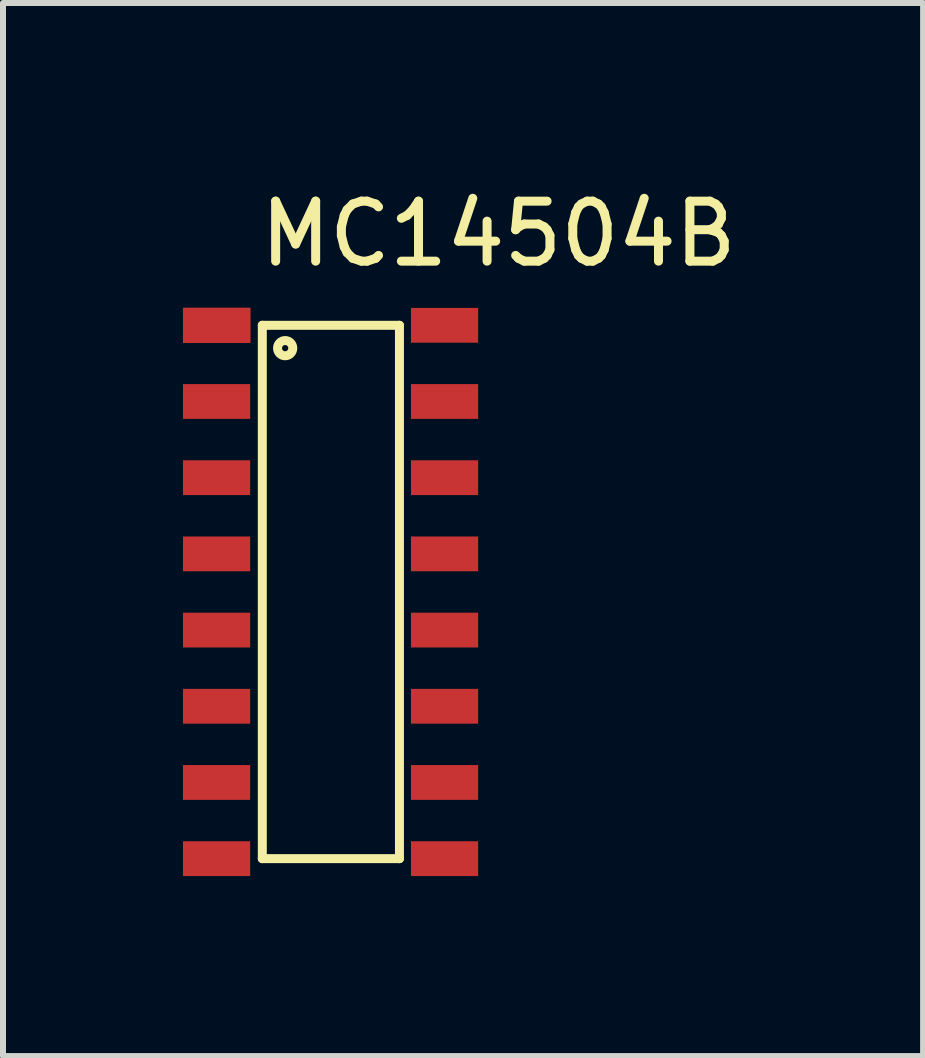
<source format=kicad_pcb>
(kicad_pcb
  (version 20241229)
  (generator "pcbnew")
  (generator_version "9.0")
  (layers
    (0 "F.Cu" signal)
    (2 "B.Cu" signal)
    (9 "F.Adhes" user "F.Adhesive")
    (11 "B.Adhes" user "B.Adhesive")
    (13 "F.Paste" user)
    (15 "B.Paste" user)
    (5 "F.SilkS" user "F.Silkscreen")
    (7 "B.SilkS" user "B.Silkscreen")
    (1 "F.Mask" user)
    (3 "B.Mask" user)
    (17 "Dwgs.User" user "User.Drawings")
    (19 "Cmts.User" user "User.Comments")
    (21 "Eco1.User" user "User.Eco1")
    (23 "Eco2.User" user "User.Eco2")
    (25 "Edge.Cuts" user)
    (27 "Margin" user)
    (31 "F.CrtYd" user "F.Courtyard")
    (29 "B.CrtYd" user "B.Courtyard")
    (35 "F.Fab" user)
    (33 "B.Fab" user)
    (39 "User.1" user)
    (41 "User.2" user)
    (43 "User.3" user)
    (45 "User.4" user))
  (footprint "MC14504B"
    (layer "F.Cu")
    (at 0.56 2.372)
    (property "Reference" "MC14504B" (at 4.699 -1.524 0) (layer "F.SilkS") (effects (font (size 1 1) (thickness 0.15))))
    (attr through_hole)
    (fp_line (start 0.762 0) (end 0.762 8.89) (stroke (width 0.15) (type solid)) (layer "F.SilkS"))
    (fp_line (start 0.762 8.89) (end 3.048 8.89) (stroke (width 0.15) (type solid)) (layer "F.SilkS"))
    (fp_line (start 3.048 0) (end 0.762 0) (stroke (width 0.15) (type solid)) (layer "F.SilkS"))
    (fp_line (start 3.048 8.89) (end 3.048 0) (stroke (width 0.15) (type solid)) (layer "F.SilkS"))
    (fp_circle (center 1.143 0.381) (end 1.143 0.508) (stroke (width 0.15) (type solid)) (fill no) (layer "F.SilkS"))
    (pad "1" smd rect (at 0 0) (size 1.12 0.58) (layers "F.Cu" "F.Mask" "F.Paste"))
    (pad "1" smd rect (at 0 0) (size 1.12 0.58) (layers "F.Cu" "F.Mask" "F.Paste"))
    (pad "1" smd rect (at 0 0) (size 1.12 0.58) (layers "F.Cu" "F.Mask" "F.Paste"))
    (pad "1" smd rect (at 0 0) (size 1.12 0.58) (layers "F.Cu" "F.Mask" "F.Paste"))
    (pad "2" smd rect (at 0 1.27) (size 1.12 0.58) (layers "F.Cu" "F.Mask" "F.Paste"))
    (pad "3" smd rect (at 0 2.54) (size 1.12 0.58) (layers "F.Cu" "F.Mask" "F.Paste"))
    (pad "4" smd rect (at 0 3.81) (size 1.12 0.58) (layers "F.Cu" "F.Mask" "F.Paste"))
    (pad "5" smd rect (at 0 5.08) (size 1.12 0.58) (layers "F.Cu" "F.Mask" "F.Paste"))
    (pad "6" smd rect (at 0 6.35) (size 1.12 0.58) (layers "F.Cu" "F.Mask" "F.Paste"))
    (pad "7" smd rect (at 0 7.62) (size 1.12 0.58) (layers "F.Cu" "F.Mask" "F.Paste"))
    (pad "8" smd rect (at 0 8.89) (size 1.12 0.58) (layers "F.Cu" "F.Mask" "F.Paste"))
    (pad "9" smd rect (at 3.8 8.89) (size 1.12 0.58) (layers "F.Cu" "F.Mask" "F.Paste"))
    (pad "10" smd rect (at 3.8 7.62) (size 1.12 0.58) (layers "F.Cu" "F.Mask" "F.Paste"))
    (pad "11" smd rect (at 3.8 6.35) (size 1.12 0.58) (layers "F.Cu" "F.Mask" "F.Paste"))
    (pad "12" smd rect (at 3.8 5.08) (size 1.12 0.58) (layers "F.Cu" "F.Mask" "F.Paste"))
    (pad "13" smd rect (at 3.8 3.81) (size 1.12 0.58) (layers "F.Cu" "F.Mask" "F.Paste"))
    (pad "14" smd rect (at 3.8 2.54) (size 1.12 0.58) (layers "F.Cu" "F.Mask" "F.Paste"))
    (pad "15" smd rect (at 3.8 1.27) (size 1.12 0.58) (layers "F.Cu" "F.Mask" "F.Paste"))
    (pad "16" smd rect (at 3.8 0) (size 1.12 0.58) (layers "F.Cu" "F.Mask" "F.Paste")))
  (gr_rect
    (start -3 -3)
    (end 12.336 14.552)
    (stroke (width 0.1) (type default))
    (fill no)
    (layer "Edge.Cuts")))
</source>
